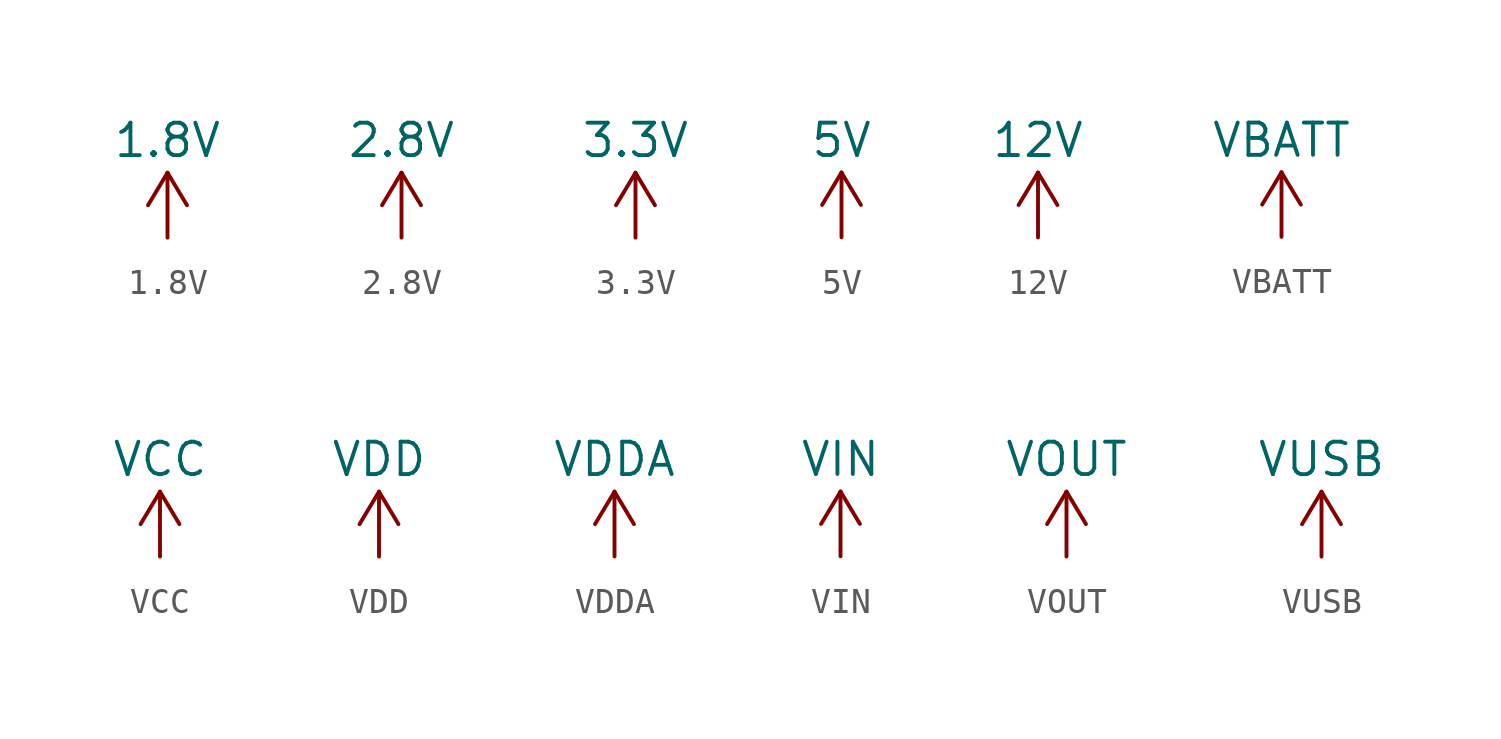
<source format=kicad_sym>
(kicad_symbol_lib
  (version 20231120)
  (generator "kicad_symbol_editor")
  (generator_version "8.0")
  (symbol "1.8V"
    (power)
    (pin_names
      (offset 0))
    (property "Reference" "#PWR"
      (at 0 -3.81 0)
      (effects (font (size 1.27 1.27)) (hide yes)))
    (property "Value" "1.8V"
      (at 0 3.81 0)
      (do_not_autoplace)
      (effects (font (size 1.27 1.27))))
    (symbol "1.8V_0_1"
      (polyline (pts (xy 0 0) (xy 0 2.54)) (stroke (width 0) (type default)) (fill (type none)))
      (polyline (pts (xy 0 2.54) (xy 0.762 1.27)) (stroke (width 0) (type default)) (fill (type none))))
    (symbol "1.8V_1_1"
      (polyline (pts (xy -0.762 1.27) (xy 0 2.54)) (stroke (width 0) (type default)) (fill (type none)))
      (pin power_in line (at 0 0 90) (length 0) hide (name "1.8V" (effects (font (size 1.27 1.27)))) (number "1" (effects (font (size 1.27 1.27)))))))
  (symbol "2.8V"
    (power)
    (pin_names
      (offset 0))
    (property "Reference" "#PWR"
      (at 0 -3.81 0)
      (effects (font (size 1.27 1.27)) (hide yes)))
    (property "Value" "2.8V"
      (at 0 3.81 0)
      (do_not_autoplace)
      (effects (font (size 1.27 1.27))))
    (symbol "2.8V_0_1"
      (polyline (pts (xy 0 0) (xy 0 2.54)) (stroke (width 0) (type default)) (fill (type none)))
      (polyline (pts (xy 0 2.54) (xy 0.762 1.27)) (stroke (width 0) (type default)) (fill (type none))))
    (symbol "2.8V_1_1"
      (polyline (pts (xy -0.762 1.27) (xy 0 2.54)) (stroke (width 0) (type default)) (fill (type none)))
      (pin power_in line (at 0 0 90) (length 0) hide (name "2.8V" (effects (font (size 1.27 1.27)))) (number "1" (effects (font (size 1.27 1.27)))))))
  (symbol "3.3V"
    (power)
    (pin_names
      (offset 0))
    (property "Reference" "#PWR"
      (at 0 -3.81 0)
      (effects (font (size 1.27 1.27)) (hide yes)))
    (property "Value" "3.3V"
      (at 0 3.81 0)
      (do_not_autoplace)
      (effects (font (size 1.27 1.27))))
    (symbol "3.3V_0_1"
      (polyline (pts (xy -0.762 1.27) (xy 0 2.54)) (stroke (width 0) (type default)) (fill (type none)))
      (polyline (pts (xy 0 0) (xy 0 2.54)) (stroke (width 0) (type default)) (fill (type none)))
      (polyline (pts (xy 0 2.54) (xy 0.762 1.27)) (stroke (width 0) (type default)) (fill (type none))))
    (symbol "3.3V_1_1"
      (pin power_in line (at 0 0 90) (length 0) hide (name "3.3V" (effects (font (size 1.27 1.27)))) (number "1" (effects (font (size 1.27 1.27)))))))
  (symbol "5V"
    (power)
    (pin_names
      (offset 0))
    (property "Reference" "#PWR"
      (at 0 -3.81 0)
      (effects (font (size 1.27 1.27)) (hide yes)))
    (property "Value" "5V"
      (at 0 3.81 0)
      (do_not_autoplace)
      (effects (font (size 1.27 1.27))))
    (symbol "5V_0_1"
      (polyline (pts (xy -0.762 1.27) (xy 0 2.54)) (stroke (width 0) (type default)) (fill (type none)))
      (polyline (pts (xy 0 0) (xy 0 2.54)) (stroke (width 0) (type default)) (fill (type none)))
      (polyline (pts (xy 0 2.54) (xy 0.762 1.27)) (stroke (width 0) (type default)) (fill (type none))))
    (symbol "5V_1_1"
      (pin power_in line (at 0 0 90) (length 0) hide (name "5V" (effects (font (size 1.27 1.27)))) (number "1" (effects (font (size 1.27 1.27)))))))
  (symbol "12V"
    (power)
    (pin_names
      (offset 0))
    (property "Reference" "#PWR"
      (at 0 -3.81 0)
      (effects (font (size 1.27 1.27)) (hide yes)))
    (property "Value" "12V"
      (at 0 3.81 0)
      (do_not_autoplace)
      (effects (font (size 1.27 1.27))))
    (symbol "12V_0_1"
      (polyline (pts (xy -0.762 1.27) (xy 0 2.54)) (stroke (width 0) (type default)) (fill (type none)))
      (polyline (pts (xy 0 0) (xy 0 2.54)) (stroke (width 0) (type default)) (fill (type none)))
      (polyline (pts (xy 0 2.54) (xy 0.762 1.27)) (stroke (width 0) (type default)) (fill (type none))))
    (symbol "12V_1_1"
      (pin power_in line (at 0 0 90) (length 0) hide (name "12V" (effects (font (size 1.27 1.27)))) (number "1" (effects (font (size 1.27 1.27)))))))
  (symbol "VBATT"
    (power)
    (pin_names
      (offset 0))
    (property "Reference" "#PWR"
      (at 0 -3.81 0)
      (effects (font (size 1.27 1.27)) (hide yes)))
    (property "Value" "VBATT"
      (at 0 3.81 0)
      (do_not_autoplace)
      (effects (font (size 1.27 1.27))))
    (symbol "VBATT_0_1"
      (polyline (pts (xy -0.762 1.27) (xy 0 2.54)) (stroke (width 0) (type default)) (fill (type none)))
      (polyline (pts (xy 0 0) (xy 0 2.54)) (stroke (width 0) (type default)) (fill (type none)))
      (polyline (pts (xy 0 2.54) (xy 0.762 1.27)) (stroke (width 0) (type default)) (fill (type none))))
    (symbol "VBATT_1_1"
      (pin power_in line (at 0 0 90) (length 0) hide (name "VBATT" (effects (font (size 1.27 1.27)))) (number "1" (effects (font (size 1.27 1.27)))))))
  (symbol "VCC"
    (power)
    (pin_names
      (offset 0))
    (property "Reference" "#PWR"
      (at 0 -3.81 0)
      (effects (font (size 1.27 1.27)) (hide yes)))
    (property "Value" "VCC"
      (at 0 3.81 0)
      (do_not_autoplace)
      (effects (font (size 1.27 1.27))))
    (symbol "VCC_0_1"
      (polyline (pts (xy -0.762 1.27) (xy 0 2.54)) (stroke (width 0) (type default)) (fill (type none)))
      (polyline (pts (xy 0 0) (xy 0 2.54)) (stroke (width 0) (type default)) (fill (type none)))
      (polyline (pts (xy 0 2.54) (xy 0.762 1.27)) (stroke (width 0) (type default)) (fill (type none))))
    (symbol "VCC_1_1"
      (pin power_in line (at 0 0 90) (length 0) hide (name "VCC" (effects (font (size 1.27 1.27)))) (number "1" (effects (font (size 1.27 1.27)))))))
  (symbol "VDD"
    (power)
    (pin_names
      (offset 0))
    (property "Reference" "#PWR"
      (at 0 -3.81 0)
      (effects (font (size 1.27 1.27)) (hide yes)))
    (property "Value" "VDD"
      (at 0 3.81 0)
      (do_not_autoplace)
      (effects (font (size 1.27 1.27))))
    (symbol "VDD_0_1"
      (polyline (pts (xy -0.762 1.27) (xy 0 2.54)) (stroke (width 0) (type default)) (fill (type none)))
      (polyline (pts (xy 0 0) (xy 0 2.54)) (stroke (width 0) (type default)) (fill (type none)))
      (polyline (pts (xy 0 2.54) (xy 0.762 1.27)) (stroke (width 0) (type default)) (fill (type none))))
    (symbol "VDD_1_1"
      (pin power_in line (at 0 0 90) (length 0) hide (name "VDD" (effects (font (size 1.27 1.27)))) (number "1" (effects (font (size 1.27 1.27)))))))
  (symbol "VDDA"
    (power)
    (pin_names
      (offset 0))
    (property "Reference" "#PWR"
      (at 0 -3.81 0)
      (effects (font (size 1.27 1.27)) (hide yes)))
    (property "Value" "VDDA"
      (at 0 3.81 0)
      (do_not_autoplace)
      (effects (font (size 1.27 1.27))))
    (symbol "VDDA_0_1"
      (polyline (pts (xy -0.762 1.27) (xy 0 2.54)) (stroke (width 0) (type default)) (fill (type none)))
      (polyline (pts (xy 0 0) (xy 0 2.54)) (stroke (width 0) (type default)) (fill (type none)))
      (polyline (pts (xy 0 2.54) (xy 0.762 1.27)) (stroke (width 0) (type default)) (fill (type none))))
    (symbol "VDDA_1_1"
      (pin power_in line (at 0 0 90) (length 0) hide (name "VDDA" (effects (font (size 1.27 1.27)))) (number "1" (effects (font (size 1.27 1.27)))))))
  (symbol "VIN"
    (power)
    (pin_names
      (offset 0))
    (property "Reference" "#PWR"
      (at 0 -3.81 0)
      (effects (font (size 1.27 1.27)) (hide yes)))
    (property "Value" "VIN"
      (at 0 3.81 0)
      (do_not_autoplace)
      (effects (font (size 1.27 1.27))))
    (symbol "VIN_0_1"
      (polyline (pts (xy -0.762 1.27) (xy 0 2.54)) (stroke (width 0) (type default)) (fill (type none)))
      (polyline (pts (xy 0 0) (xy 0 2.54)) (stroke (width 0) (type default)) (fill (type none)))
      (polyline (pts (xy 0 2.54) (xy 0.762 1.27)) (stroke (width 0) (type default)) (fill (type none))))
    (symbol "VIN_1_1"
      (pin power_in line (at 0 0 90) (length 0) hide (name "VIN" (effects (font (size 1.27 1.27)))) (number "1" (effects (font (size 1.27 1.27)))))))
  (symbol "VOUT"
    (power)
    (pin_names
      (offset 0))
    (property "Reference" "#PWR"
      (at 0 -3.81 0)
      (effects (font (size 1.27 1.27)) (hide yes)))
    (property "Value" "VOUT"
      (at 0 3.81 0)
      (do_not_autoplace)
      (effects (font (size 1.27 1.27))))
    (symbol "VOUT_0_1"
      (polyline (pts (xy -0.762 1.27) (xy 0 2.54)) (stroke (width 0) (type default)) (fill (type none)))
      (polyline (pts (xy 0 0) (xy 0 2.54)) (stroke (width 0) (type default)) (fill (type none)))
      (polyline (pts (xy 0 2.54) (xy 0.762 1.27)) (stroke (width 0) (type default)) (fill (type none))))
    (symbol "VOUT_1_1"
      (pin power_in line (at 0 0 90) (length 0) hide (name "VOUT" (effects (font (size 1.27 1.27)))) (number "1" (effects (font (size 1.27 1.27)))))))
  (symbol "VUSB"
    (power)
    (pin_names
      (offset 0))
    (property "Reference" "#PWR"
      (at 0 -3.81 0)
      (effects (font (size 1.27 1.27)) (hide yes)))
    (property "Value" "VUSB"
      (at 0 3.81 0)
      (do_not_autoplace)
      (effects (font (size 1.27 1.27))))
    (symbol "VUSB_0_1"
      (polyline (pts (xy -0.762 1.27) (xy 0 2.54)) (stroke (width 0) (type default)) (fill (type none)))
      (polyline (pts (xy 0 0) (xy 0 2.54)) (stroke (width 0) (type default)) (fill (type none)))
      (polyline (pts (xy 0 2.54) (xy 0.762 1.27)) (stroke (width 0) (type default)) (fill (type none))))
    (symbol "VUSB_1_1"
      (pin power_in line (at 0 0 90) (length 0) hide (name "VUSB" (effects (font (size 1.27 1.27)))) (number "1" (effects (font (size 1.27 1.27))))))))
</source>
